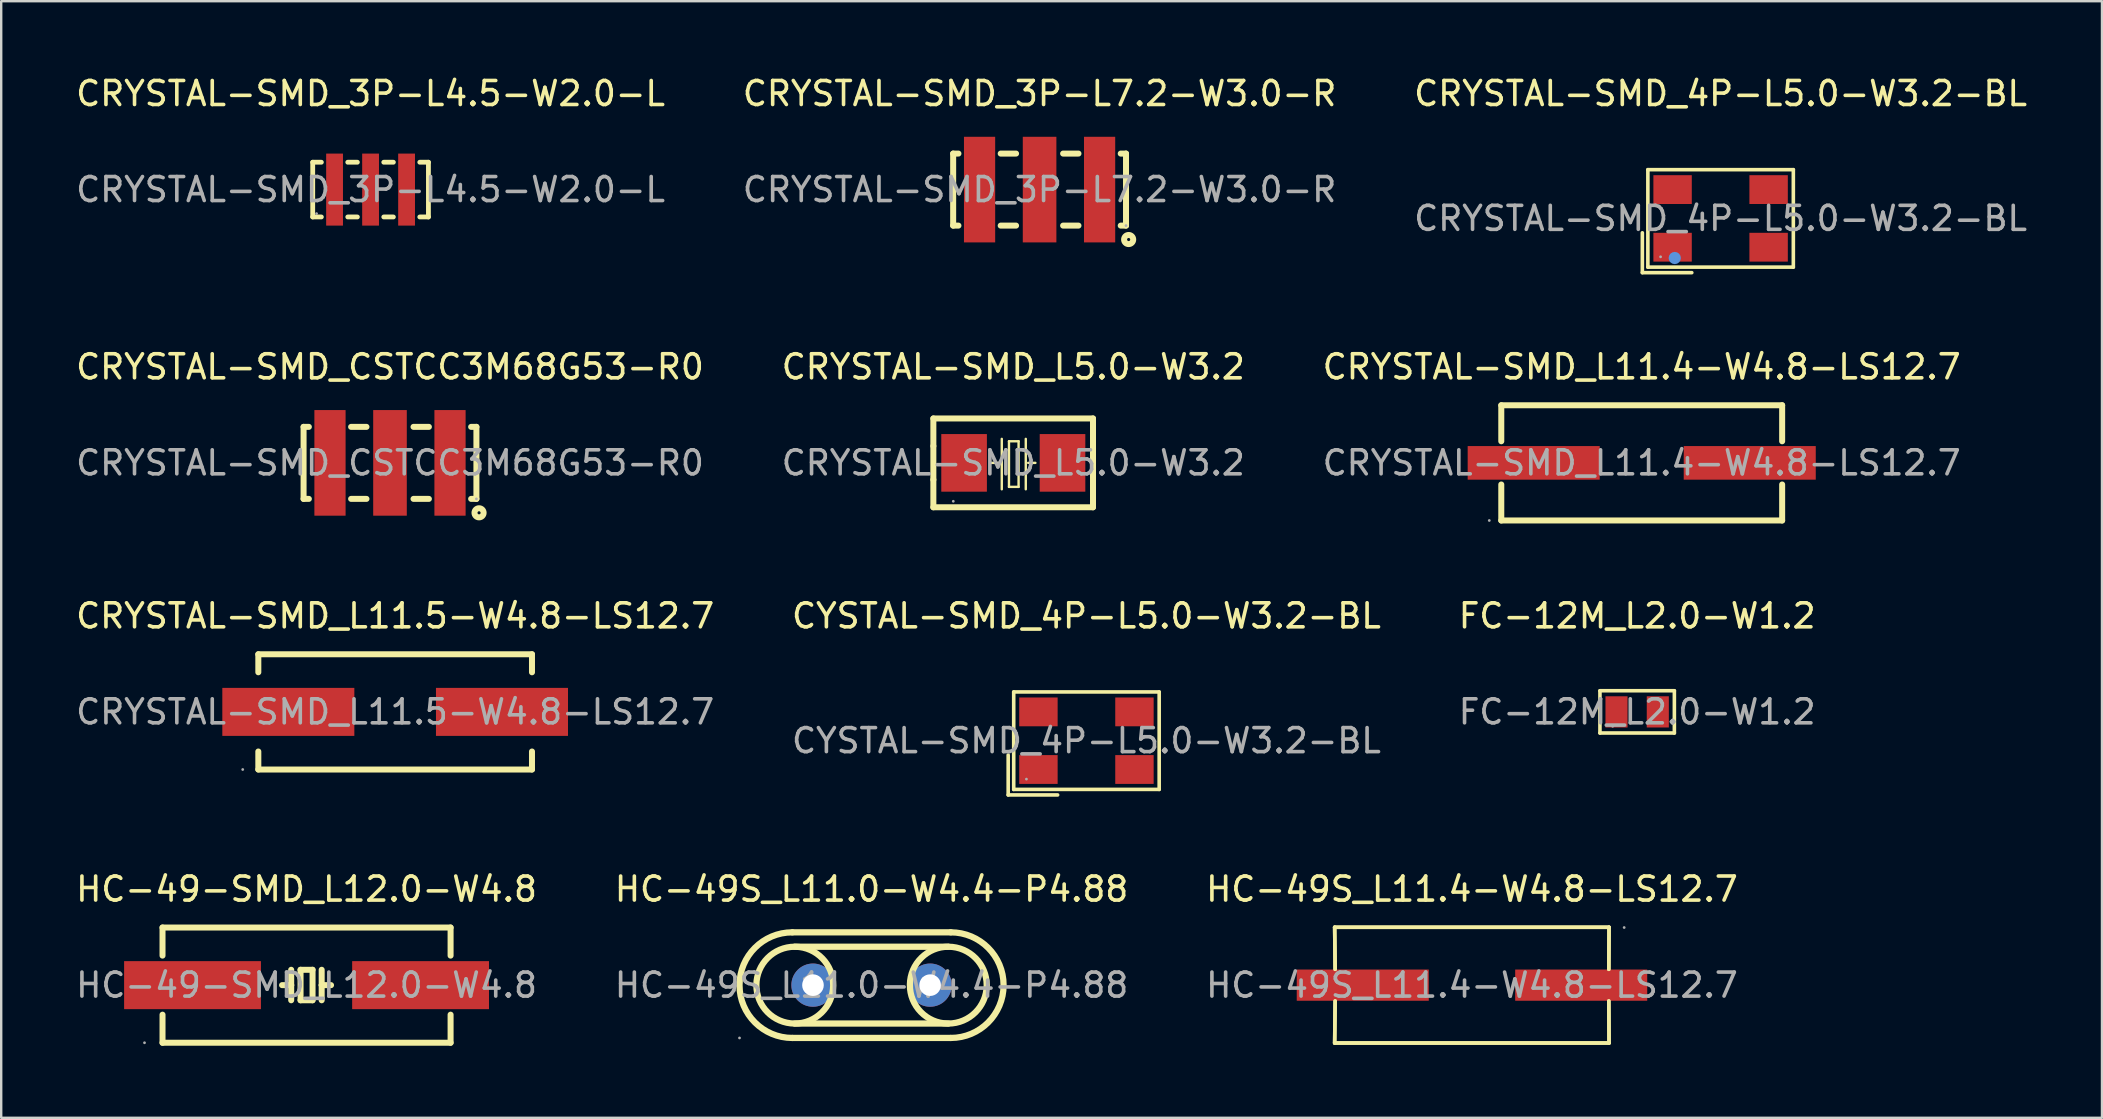
<source format=kicad_pcb>
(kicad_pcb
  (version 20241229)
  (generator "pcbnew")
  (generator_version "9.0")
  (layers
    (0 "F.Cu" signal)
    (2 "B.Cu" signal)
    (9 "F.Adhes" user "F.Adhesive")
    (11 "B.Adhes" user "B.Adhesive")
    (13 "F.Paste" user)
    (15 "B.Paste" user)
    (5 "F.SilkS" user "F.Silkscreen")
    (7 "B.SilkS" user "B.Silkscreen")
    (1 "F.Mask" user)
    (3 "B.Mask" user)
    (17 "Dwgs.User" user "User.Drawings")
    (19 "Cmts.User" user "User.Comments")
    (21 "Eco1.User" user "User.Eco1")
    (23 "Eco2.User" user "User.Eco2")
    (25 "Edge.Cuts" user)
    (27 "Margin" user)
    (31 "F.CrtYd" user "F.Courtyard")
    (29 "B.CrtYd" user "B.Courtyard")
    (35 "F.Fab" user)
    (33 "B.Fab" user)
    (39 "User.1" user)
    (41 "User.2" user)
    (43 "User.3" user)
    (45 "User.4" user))
  (footprint "FC-12M_L2.0-W1.2"
    (layer "F.Cu")
    (at 65.149 26.605)
    (property "Reference" "FC-12M_L2.0-W1.2" (at 0 -4 0) (layer "F.SilkS") (effects (font (size 1 1) (thickness 0.15))))
    (attr through_hole)
    (fp_line (start -1.55 -0.88) (end 1.55 -0.88) (stroke (width 0.15) (type solid)) (layer "F.SilkS"))
    (fp_line (start -1.55 0.88) (end -1.55 -0.88) (stroke (width 0.15) (type solid)) (layer "F.SilkS"))
    (fp_line (start 1.55 -0.88) (end 1.55 0.88) (stroke (width 0.15) (type solid)) (layer "F.SilkS"))
    (fp_line (start 1.55 0.88) (end -1.55 0.88) (stroke (width 0.15) (type solid)) (layer "F.SilkS"))
    (fp_circle (center -1.02 0.6) (end -0.99 0.6) (stroke (width 0.06) (type solid)) (fill no) (layer "F.Fab"))
    (fp_text user "${REFERENCE}" (at 0 0 0) (layer "F.Fab") (effects (font (size 1 1) (thickness 0.15))))
    (pad "1" smd rect (at -0.86 0) (size 0.92 1.3) (layers "F.Cu" "F.Mask" "F.Paste"))
    (pad "2" smd rect (at 0.86 0) (size 0.92 1.3) (layers "F.Cu" "F.Mask" "F.Paste")))
  (footprint "HC-49-SMD_L12.0-W4.8"
    (layer "F.Cu")
    (at 9.72 37.988)
    (property "Reference" "HC-49-SMD_L12.0-W4.8" (at 0 -4 0) (layer "F.SilkS") (effects (font (size 1 1) (thickness 0.15))))
    (attr through_hole)
    (fp_line (start -6 -2.4) (end -6 -1.23) (stroke (width 0.25) (type solid)) (layer "F.SilkS"))
    (fp_line (start -6 -2.4) (end 6 -2.4) (stroke (width 0.25) (type solid)) (layer "F.SilkS"))
    (fp_line (start -6 1.23) (end -6 2.4) (stroke (width 0.25) (type solid)) (layer "F.SilkS"))
    (fp_line (start -6 2.4) (end 6 2.4) (stroke (width 0.25) (type solid)) (layer "F.SilkS"))
    (fp_line (start -0.64 -0.64) (end -0.64 0) (stroke (width 0.25) (type solid)) (layer "F.SilkS"))
    (fp_line (start -0.64 0) (end -1.02 0) (stroke (width 0.25) (type solid)) (layer "F.SilkS"))
    (fp_line (start -0.64 0) (end -0.64 0.63) (stroke (width 0.25) (type solid)) (layer "F.SilkS"))
    (fp_line (start -0.25 -0.64) (end -0.25 0.63) (stroke (width 0.25) (type solid)) (layer "F.SilkS"))
    (fp_line (start -0.25 0.63) (end 0.25 0.63) (stroke (width 0.25) (type solid)) (layer "F.SilkS"))
    (fp_line (start 0.25 -0.64) (end -0.25 -0.64) (stroke (width 0.25) (type solid)) (layer "F.SilkS"))
    (fp_line (start 0.25 0.63) (end 0.25 -0.64) (stroke (width 0.25) (type solid)) (layer "F.SilkS"))
    (fp_line (start 0.63 -0.64) (end 0.63 0) (stroke (width 0.25) (type solid)) (layer "F.SilkS"))
    (fp_line (start 0.63 0) (end 0.63 0.63) (stroke (width 0.25) (type solid)) (layer "F.SilkS"))
    (fp_line (start 0.63 0) (end 1.02 0) (stroke (width 0.25) (type solid)) (layer "F.SilkS"))
    (fp_line (start 6 -2.4) (end 6 -1.23) (stroke (width 0.25) (type solid)) (layer "F.SilkS"))
    (fp_line (start 6 1.23) (end 6 2.4) (stroke (width 0.25) (type solid)) (layer "F.SilkS"))
    (fp_circle (center -6.75 2.4) (end -6.72 2.4) (stroke (width 0.06) (type solid)) (fill no) (layer "F.Fab"))
    (fp_text user "${REFERENCE}" (at 0 0 0) (layer "F.Fab") (effects (font (size 1 1) (thickness 0.15))))
    (pad "1" smd rect (at -4.75 0) (size 5.7 2) (layers "F.Cu" "F.Mask" "F.Paste"))
    (pad "2" smd rect (at 4.75 0) (size 5.7 2) (layers "F.Cu" "F.Mask" "F.Paste")))
  (footprint "CRYSTAL-SMD_3P-L4.5-W2.0-L"
    (layer "F.Cu")
    (at 12.387 4.848)
    (property "Reference" "CRYSTAL-SMD_3P-L4.5-W2.0-L" (at 0 -4 0) (layer "F.SilkS") (effects (font (size 1 1) (thickness 0.15))))
    (attr through_hole)
    (fp_line (start -2.41 -1.14) (end -2.41 1.14) (stroke (width 0.2) (type solid)) (layer "F.SilkS"))
    (fp_line (start -2.41 1.14) (end -2.05 1.14) (stroke (width 0.2) (type solid)) (layer "F.SilkS"))
    (fp_line (start -2.05 -1.14) (end -2.41 -1.14) (stroke (width 0.2) (type solid)) (layer "F.SilkS"))
    (fp_line (start -0.95 1.14) (end -0.55 1.14) (stroke (width 0.2) (type solid)) (layer "F.SilkS"))
    (fp_line (start -0.55 -1.14) (end -0.95 -1.14) (stroke (width 0.2) (type solid)) (layer "F.SilkS"))
    (fp_line (start 0.55 1.14) (end 0.95 1.14) (stroke (width 0.2) (type solid)) (layer "F.SilkS"))
    (fp_line (start 0.95 -1.14) (end 0.55 -1.14) (stroke (width 0.2) (type solid)) (layer "F.SilkS"))
    (fp_line (start 2.05 1.14) (end 2.41 1.14) (stroke (width 0.2) (type solid)) (layer "F.SilkS"))
    (fp_line (start 2.41 -1.14) (end 2.05 -1.14) (stroke (width 0.2) (type solid)) (layer "F.SilkS"))
    (fp_line (start 2.41 1.14) (end 2.41 -1.14) (stroke (width 0.2) (type solid)) (layer "F.SilkS"))
    (fp_circle (center -2.25 1) (end -2.22 1) (stroke (width 0.06) (type solid)) (fill no) (layer "F.Fab"))
    (fp_text user "${REFERENCE}" (at 0 0 0) (layer "F.Fab") (effects (font (size 1 1) (thickness 0.15))))
    (pad "1" smd rect (at -1.5 0) (size 0.7 3) (layers "F.Cu" "F.Mask" "F.Paste"))
    (pad "2" smd rect (at 0 0) (size 0.7 3) (layers "F.Cu" "F.Mask" "F.Paste"))
    (pad "3" smd rect (at 1.5 0) (size 0.7 3) (layers "F.Cu" "F.Mask" "F.Paste")))
  (footprint "CRYSTAL-SMD_L11.5-W4.8-LS12.7"
    (layer "F.Cu")
    (at 13.411 26.605)
    (property "Reference" "CRYSTAL-SMD_L11.5-W4.8-LS12.7" (at 0 -4 0) (layer "F.SilkS") (effects (font (size 1 1) (thickness 0.15))))
    (attr through_hole)
    (fp_line (start -5.7 -2.4) (end -5.7 -1.65) (stroke (width 0.25) (type solid)) (layer "F.SilkS"))
    (fp_line (start -5.7 2.4) (end -5.7 1.65) (stroke (width 0.25) (type solid)) (layer "F.SilkS"))
    (fp_line (start 5.7 -2.4) (end -5.7 -2.4) (stroke (width 0.25) (type solid)) (layer "F.SilkS"))
    (fp_line (start 5.7 -1.65) (end 5.7 -2.4) (stroke (width 0.25) (type solid)) (layer "F.SilkS"))
    (fp_line (start 5.7 1.65) (end 5.7 2.4) (stroke (width 0.25) (type solid)) (layer "F.SilkS"))
    (fp_line (start 5.7 2.4) (end -5.7 2.4) (stroke (width 0.25) (type solid)) (layer "F.SilkS"))
    (fp_circle (center -6.35 2.4) (end -6.32 2.4) (stroke (width 0.06) (type solid)) (fill no) (layer "F.Fab"))
    (fp_text user "${REFERENCE}" (at 0 0 0) (layer "F.Fab") (effects (font (size 1 1) (thickness 0.15))))
    (pad "1" smd rect (at -4.45 0) (size 5.5 2) (layers "F.Cu" "F.Mask" "F.Paste"))
    (pad "2" smd rect (at 4.45 0) (size 5.5 2) (layers "F.Cu" "F.Mask" "F.Paste")))
  (footprint "CRYSTAL-SMD_3P-L7.2-W3.0-R"
    (layer "F.Cu")
    (at 40.256 4.848)
    (property "Reference" "CRYSTAL-SMD_3P-L7.2-W3.0-R" (at 0 -4 0) (layer "F.SilkS") (effects (font (size 1 1) (thickness 0.15))))
    (attr through_hole)
    (fp_line (start -3.6 -1.5) (end -3.38 -1.5) (stroke (width 0.25) (type solid)) (layer "F.SilkS"))
    (fp_line (start -3.6 1.5) (end -3.6 -1.5) (stroke (width 0.25) (type solid)) (layer "F.SilkS"))
    (fp_line (start -3.6 1.5) (end -3.38 1.5) (stroke (width 0.25) (type solid)) (layer "F.SilkS"))
    (fp_line (start -1.62 -1.5) (end -0.98 -1.5) (stroke (width 0.25) (type solid)) (layer "F.SilkS"))
    (fp_line (start -1.62 1.5) (end -0.98 1.5) (stroke (width 0.25) (type solid)) (layer "F.SilkS"))
    (fp_line (start 0.98 -1.5) (end 1.62 -1.5) (stroke (width 0.25) (type solid)) (layer "F.SilkS"))
    (fp_line (start 0.98 1.5) (end 1.62 1.5) (stroke (width 0.25) (type solid)) (layer "F.SilkS"))
    (fp_line (start 3.38 -1.5) (end 3.6 -1.5) (stroke (width 0.25) (type solid)) (layer "F.SilkS"))
    (fp_line (start 3.38 1.5) (end 3.6 1.5) (stroke (width 0.25) (type solid)) (layer "F.SilkS"))
    (fp_line (start 3.6 -1.5) (end 3.6 1.5) (stroke (width 0.25) (type solid)) (layer "F.SilkS"))
    (fp_circle (center 3.71 2.08) (end 3.9 2.08) (stroke (width 0.25) (type solid)) (fill no) (layer "F.SilkS"))
    (fp_circle (center 3.6 1.5) (end 3.63 1.5) (stroke (width 0.06) (type solid)) (fill no) (layer "F.Fab"))
    (fp_text user "${REFERENCE}" (at 0 0 0) (layer "F.Fab") (effects (font (size 1 1) (thickness 0.15))))
    (pad "1" smd rect (at 2.5 0) (size 1.3 4.4) (layers "F.Cu" "F.Mask" "F.Paste"))
    (pad "2" smd rect (at 0 0) (size 1.4 4.4) (layers "F.Cu" "F.Mask" "F.Paste"))
    (pad "3" smd rect (at -2.5 0) (size 1.3 4.4) (layers "F.Cu" "F.Mask" "F.Paste")))
  (footprint "CYSTAL-SMD_4P-L5.0-W3.2-BL"
    (layer "F.Cu")
    (at 42.208 27.805)
    (property "Reference" "CYSTAL-SMD_4P-L5.0-W3.2-BL" (at 0 -5.2 0) (layer "F.SilkS") (effects (font (size 1 1) (thickness 0.15))))
    (attr through_hole)
    (fp_line (start -3.26 0.6) (end -3.26 2.26) (stroke (width 0.15) (type solid)) (layer "F.SilkS"))
    (fp_line (start -3.26 2.26) (end -1.2 2.26) (stroke (width 0.15) (type solid)) (layer "F.SilkS"))
    (fp_line (start -3.03 -2.03) (end 3.03 -2.03) (stroke (width 0.15) (type solid)) (layer "F.SilkS"))
    (fp_line (start -3.03 2.03) (end -3.03 -2.03) (stroke (width 0.15) (type solid)) (layer "F.SilkS"))
    (fp_line (start 3.03 -2.03) (end 3.03 2.03) (stroke (width 0.15) (type solid)) (layer "F.SilkS"))
    (fp_line (start 3.03 2.03) (end -3.03 2.03) (stroke (width 0.15) (type solid)) (layer "F.SilkS"))
    (fp_circle (center -2.5 1.6) (end -2.47 1.6) (stroke (width 0.06) (type solid)) (fill no) (layer "F.Fab"))
    (fp_text user "${REFERENCE}" (at 0 0 0) (layer "F.Fab") (effects (font (size 1 1) (thickness 0.15))))
    (pad "1" smd rect (at -2 1.2) (size 1.6 1.2) (layers "F.Cu" "F.Mask" "F.Paste"))
    (pad "2" smd rect (at 2 1.2) (size 1.6 1.2) (layers "F.Cu" "F.Mask" "F.Paste"))
    (pad "3" smd rect (at 2 -1.2) (size 1.6 1.2) (layers "F.Cu" "F.Mask" "F.Paste"))
    (pad "4" smd rect (at -2 -1.2) (size 1.6 1.2) (layers "F.Cu" "F.Mask" "F.Paste")))
  (footprint "CRYSTAL-SMD_4P-L5.0-W3.2-BL"
    (layer "F.Cu")
    (at 68.625 6.048)
    (property "Reference" "CRYSTAL-SMD_4P-L5.0-W3.2-BL" (at 0 -5.2 0) (layer "F.SilkS") (effects (font (size 1 1) (thickness 0.15))))
    (attr through_hole)
    (fp_line (start -3.26 0.6) (end -3.26 2.26) (stroke (width 0.15) (type solid)) (layer "F.SilkS"))
    (fp_line (start -3.26 2.26) (end -1.2 2.26) (stroke (width 0.15) (type solid)) (layer "F.SilkS"))
    (fp_line (start -3.03 -2.03) (end 3.03 -2.03) (stroke (width 0.15) (type solid)) (layer "F.SilkS"))
    (fp_line (start -3.03 2.03) (end -3.03 -2.03) (stroke (width 0.15) (type solid)) (layer "F.SilkS"))
    (fp_line (start 3.03 -2.03) (end 3.03 2.03) (stroke (width 0.15) (type solid)) (layer "F.SilkS"))
    (fp_line (start 3.03 2.03) (end -3.03 2.03) (stroke (width 0.15) (type solid)) (layer "F.SilkS"))
    (fp_circle (center -1.91 1.65) (end -1.78 1.65) (stroke (width 0.25) (type solid)) (fill no) (layer "Cmts.User"))
    (fp_circle (center -2.5 1.6) (end -2.47 1.6) (stroke (width 0.06) (type solid)) (fill no) (layer "F.Fab"))
    (fp_text user "${REFERENCE}" (at 0 0 0) (layer "F.Fab") (effects (font (size 1 1) (thickness 0.15))))
    (pad "1" smd rect (at -2 1.2) (size 1.6 1.2) (layers "F.Cu" "F.Mask" "F.Paste"))
    (pad "2" smd rect (at 2 1.2) (size 1.6 1.2) (layers "F.Cu" "F.Mask" "F.Paste"))
    (pad "3" smd rect (at 2 -1.2) (size 1.6 1.2) (layers "F.Cu" "F.Mask" "F.Paste"))
    (pad "4" smd rect (at -2 -1.2) (size 1.6 1.2) (layers "F.Cu" "F.Mask" "F.Paste")))
  (footprint "CRYSTAL-SMD_CSTCC3M68G53-R0"
    (layer "F.Cu")
    (at 13.196 16.232)
    (property "Reference" "CRYSTAL-SMD_CSTCC3M68G53-R0" (at 0 -4 0) (layer "F.SilkS") (effects (font (size 1 1) (thickness 0.15))))
    (attr through_hole)
    (fp_line (start -3.6 -1.5) (end -3.38 -1.5) (stroke (width 0.25) (type solid)) (layer "F.SilkS"))
    (fp_line (start -3.6 1.5) (end -3.6 -1.5) (stroke (width 0.25) (type solid)) (layer "F.SilkS"))
    (fp_line (start -3.6 1.5) (end -3.38 1.5) (stroke (width 0.25) (type solid)) (layer "F.SilkS"))
    (fp_line (start -1.62 -1.5) (end -0.98 -1.5) (stroke (width 0.25) (type solid)) (layer "F.SilkS"))
    (fp_line (start -1.62 1.5) (end -0.98 1.5) (stroke (width 0.25) (type solid)) (layer "F.SilkS"))
    (fp_line (start 0.98 -1.5) (end 1.62 -1.5) (stroke (width 0.25) (type solid)) (layer "F.SilkS"))
    (fp_line (start 0.98 1.5) (end 1.62 1.5) (stroke (width 0.25) (type solid)) (layer "F.SilkS"))
    (fp_line (start 3.38 -1.5) (end 3.6 -1.5) (stroke (width 0.25) (type solid)) (layer "F.SilkS"))
    (fp_line (start 3.38 1.5) (end 3.6 1.5) (stroke (width 0.25) (type solid)) (layer "F.SilkS"))
    (fp_line (start 3.6 -1.5) (end 3.6 1.5) (stroke (width 0.25) (type solid)) (layer "F.SilkS"))
    (fp_circle (center 3.71 2.08) (end 3.9 2.08) (stroke (width 0.25) (type solid)) (fill no) (layer "F.SilkS"))
    (fp_circle (center 3.6 1.5) (end 3.63 1.5) (stroke (width 0.06) (type solid)) (fill no) (layer "F.Fab"))
    (fp_text user "${REFERENCE}" (at 0 0 0) (layer "F.Fab") (effects (font (size 1 1) (thickness 0.15))))
    (pad "1" smd rect (at 2.5 0) (size 1.3 4.4) (layers "F.Cu" "F.Mask" "F.Paste"))
    (pad "2" smd rect (at 0 0) (size 1.4 4.4) (layers "F.Cu" "F.Mask" "F.Paste"))
    (pad "3" smd rect (at -2.5 0) (size 1.3 4.4) (layers "F.Cu" "F.Mask" "F.Paste")))
  (footprint "CRYSTAL-SMD_L5.0-W3.2"
    (layer "F.Cu")
    (at 39.161 16.232)
    (property "Reference" "CRYSTAL-SMD_L5.0-W3.2" (at 0 -4 0) (layer "F.SilkS") (effects (font (size 1 1) (thickness 0.15))))
    (attr through_hole)
    (fp_line (start -3.33 -1.85) (end 3.32 -1.85) (stroke (width 0.25) (type solid)) (layer "F.SilkS"))
    (fp_line (start -3.33 -0.7) (end -3.33 -1.85) (stroke (width 0.25) (type solid)) (layer "F.SilkS"))
    (fp_line (start -3.33 0.7) (end -3.33 -0.7) (stroke (width 0.25) (type solid)) (layer "F.SilkS"))
    (fp_line (start -3.33 1.85) (end -3.33 0.7) (stroke (width 0.25) (type solid)) (layer "F.SilkS"))
    (fp_line (start -0.94 0) (end -0.58 0) (stroke (width 0.1) (type solid)) (layer "F.SilkS"))
    (fp_line (start -0.48 -1) (end -0.48 1.1) (stroke (width 0.1) (type solid)) (layer "F.SilkS"))
    (fp_line (start -0.18 -0.9) (end -0.18 1) (stroke (width 0.1) (type solid)) (layer "F.SilkS"))
    (fp_line (start -0.18 1) (end 0.22 1) (stroke (width 0.1) (type solid)) (layer "F.SilkS"))
    (fp_line (start 0.22 -0.9) (end -0.18 -0.9) (stroke (width 0.1) (type solid)) (layer "F.SilkS"))
    (fp_line (start 0.22 1) (end 0.22 -0.9) (stroke (width 0.1) (type solid)) (layer "F.SilkS"))
    (fp_line (start 0.52 -1) (end 0.52 1.1) (stroke (width 0.1) (type solid)) (layer "F.SilkS"))
    (fp_line (start 0.62 0) (end 0.92 0) (stroke (width 0.1) (type solid)) (layer "F.SilkS"))
    (fp_line (start 3.32 -1.85) (end 3.32 -0.7) (stroke (width 0.25) (type solid)) (layer "F.SilkS"))
    (fp_line (start 3.32 -0.7) (end 3.32 0.7) (stroke (width 0.25) (type solid)) (layer "F.SilkS"))
    (fp_line (start 3.32 0.7) (end 3.32 1.85) (stroke (width 0.25) (type solid)) (layer "F.SilkS"))
    (fp_line (start 3.32 1.85) (end -3.33 1.85) (stroke (width 0.25) (type solid)) (layer "F.SilkS"))
    (fp_circle (center -2.5 1.6) (end -2.47 1.6) (stroke (width 0.06) (type solid)) (fill no) (layer "F.Fab"))
    (fp_text user "${REFERENCE}" (at 0 0 0) (layer "F.Fab") (effects (font (size 1 1) (thickness 0.15))))
    (pad "1" smd rect (at -2.05 0) (size 1.9 2.4) (layers "F.Cu" "F.Mask" "F.Paste"))
    (pad "2" smd rect (at 2.05 0) (size 1.9 2.4) (layers "F.Cu" "F.Mask" "F.Paste")))
  (footprint "HC-49S_L11.0-W4.4-P4.88"
    (layer "F.Cu")
    (at 33.256 37.988)
    (property "Reference" "HC-49S_L11.0-W4.4-P4.88" (at 0 -4 0) (layer "F.SilkS") (effects (font (size 1 1) (thickness 0.15))))
    (attr through_hole)
    (fp_line (start -3.3 -2.2) (end 3.3 -2.2) (stroke (width 0.26) (type solid)) (layer "F.SilkS"))
    (fp_line (start -3.2 1.6) (end 3.2 1.6) (stroke (width 0.26) (type solid)) (layer "F.SilkS"))
    (fp_line (start 3.2 -1.6) (end -3.2 -1.6) (stroke (width 0.26) (type solid)) (layer "F.SilkS"))
    (fp_line (start 3.3 2.2) (end -3.3 2.2) (stroke (width 0.26) (type solid)) (layer "F.SilkS"))
    (fp_arc (start -3.3 2.2) (mid -5.5 0) (end -3.3 -2.2) (stroke (width 0.26) (type solid)) (layer "F.SilkS"))
    (fp_arc (start -3.172076 -1.599756) (mid -3.213963 1.599939) (end -3.2 -1.6) (stroke (width 0.26) (type solid)) (layer "F.SilkS"))
    (fp_arc (start 3.172076 1.599756) (mid 3.213963 -1.599939) (end 3.2 1.6) (stroke (width 0.26) (type solid)) (layer "F.SilkS"))
    (fp_arc (start 3.3 -2.2) (mid 5.5 0) (end 3.3 2.2) (stroke (width 0.26) (type solid)) (layer "F.SilkS"))
    (fp_circle (center -5.5 2.2) (end -5.47 2.2) (stroke (width 0.06) (type solid)) (fill no) (layer "F.Fab"))
    (fp_circle (center -2.44 0) (end -2.32 0) (stroke (width 0.25) (type solid)) (fill no) (layer "F.Fab"))
    (fp_circle (center 2.44 0) (end 2.56 0) (stroke (width 0.25) (type solid)) (fill no) (layer "F.Fab"))
    (fp_text user "${REFERENCE}" (at 0 0 0) (layer "F.Fab") (effects (font (size 1 1) (thickness 0.15))))
    (pad "1" thru_hole circle (at -2.44 0) (size 1.8 1.8) (drill 0.9) (layers "*.Cu" "*.Paste" "*.Mask"))
    (pad "2" thru_hole circle (at 2.44 0) (size 1.8 1.8) (drill 0.9) (layers "*.Cu" "*.Paste" "*.Mask")))
  (footprint "HC-49S_L11.4-W4.8-LS12.7"
    (layer "F.Cu")
    (at 58.268 37.988)
    (property "Reference" "HC-49S_L11.4-W4.8-LS12.7" (at 0 -4 0) (layer "F.SilkS") (effects (font (size 1 1) (thickness 0.15))))
    (attr through_hole)
    (fp_line (start -5.72 -2.41) (end -5.7 -0.66) (stroke (width 0.15) (type solid)) (layer "F.SilkS"))
    (fp_line (start -5.72 -2.41) (end -5.7 -0.66) (stroke (width 0.15) (type solid)) (layer "F.SilkS"))
    (fp_line (start -5.72 2.41) (end 5.71 2.41) (stroke (width 0.15) (type solid)) (layer "F.SilkS"))
    (fp_line (start -5.72 2.41) (end 5.71 2.41) (stroke (width 0.15) (type solid)) (layer "F.SilkS"))
    (fp_line (start -5.7 0.66) (end -5.72 2.41) (stroke (width 0.15) (type solid)) (layer "F.SilkS"))
    (fp_line (start -5.7 0.66) (end -5.72 2.41) (stroke (width 0.15) (type solid)) (layer "F.SilkS"))
    (fp_line (start 5.7 -0.66) (end 5.71 -2.41) (stroke (width 0.15) (type solid)) (layer "F.SilkS"))
    (fp_line (start 5.7 -0.66) (end 5.71 -2.41) (stroke (width 0.15) (type solid)) (layer "F.SilkS"))
    (fp_line (start 5.71 -2.41) (end -5.72 -2.41) (stroke (width 0.15) (type solid)) (layer "F.SilkS"))
    (fp_line (start 5.71 -2.41) (end -5.72 -2.41) (stroke (width 0.15) (type solid)) (layer "F.SilkS"))
    (fp_line (start 5.71 2.41) (end 5.7 0.66) (stroke (width 0.15) (type solid)) (layer "F.SilkS"))
    (fp_line (start 5.71 2.41) (end 5.7 0.66) (stroke (width 0.15) (type solid)) (layer "F.SilkS"))
    (fp_circle (center 6.34 -2.4) (end 6.37 -2.4) (stroke (width 0.06) (type solid)) (fill no) (layer "F.Fab"))
    (fp_text user "${REFERENCE}" (at 0 0 0) (layer "F.Fab") (effects (font (size 1 1) (thickness 0.15))))
    (pad "1" smd rect (at -4.55 0) (size 5.5 1.3) (layers "F.Cu" "F.Mask" "F.Paste"))
    (pad "2" smd rect (at 4.55 0) (size 5.5 1.3) (layers "F.Cu" "F.Mask" "F.Paste")))
  (footprint "CRYSTAL-SMD_L11.4-W4.8-LS12.7"
    (layer "F.Cu")
    (at 65.339 16.232)
    (property "Reference" "CRYSTAL-SMD_L11.4-W4.8-LS12.7" (at 0 -4 0) (layer "F.SilkS") (effects (font (size 1 1) (thickness 0.15))))
    (attr through_hole)
    (fp_line (start -5.85 -2.4) (end -5.85 -0.9) (stroke (width 0.25) (type solid)) (layer "F.SilkS"))
    (fp_line (start -5.85 -2.4) (end 5.85 -2.4) (stroke (width 0.25) (type solid)) (layer "F.SilkS"))
    (fp_line (start -5.85 0.9) (end -5.85 2.4) (stroke (width 0.25) (type solid)) (layer "F.SilkS"))
    (fp_line (start -5.85 2.4) (end 5.85 2.4) (stroke (width 0.25) (type solid)) (layer "F.SilkS"))
    (fp_line (start 5.85 -2.4) (end 5.85 -0.9) (stroke (width 0.25) (type solid)) (layer "F.SilkS"))
    (fp_line (start 5.85 0.9) (end 5.85 2.4) (stroke (width 0.25) (type solid)) (layer "F.SilkS"))
    (fp_circle (center -6.35 2.4) (end -6.32 2.4) (stroke (width 0.06) (type solid)) (fill no) (layer "F.Fab"))
    (fp_text user "${REFERENCE}" (at 0 0 0) (layer "F.Fab") (effects (font (size 1 1) (thickness 0.15))))
    (pad "1" smd rect (at -4.5 0) (size 5.5 1.4) (layers "F.Cu" "F.Mask" "F.Paste"))
    (pad "2" smd rect (at 4.5 0) (size 5.5 1.4) (layers "F.Cu" "F.Mask" "F.Paste")))
  (gr_rect
    (start -3 -3)
    (end 84.512 43.513)
    (stroke (width 0.1) (type default))
    (fill no)
    (layer "Edge.Cuts")))
</source>
